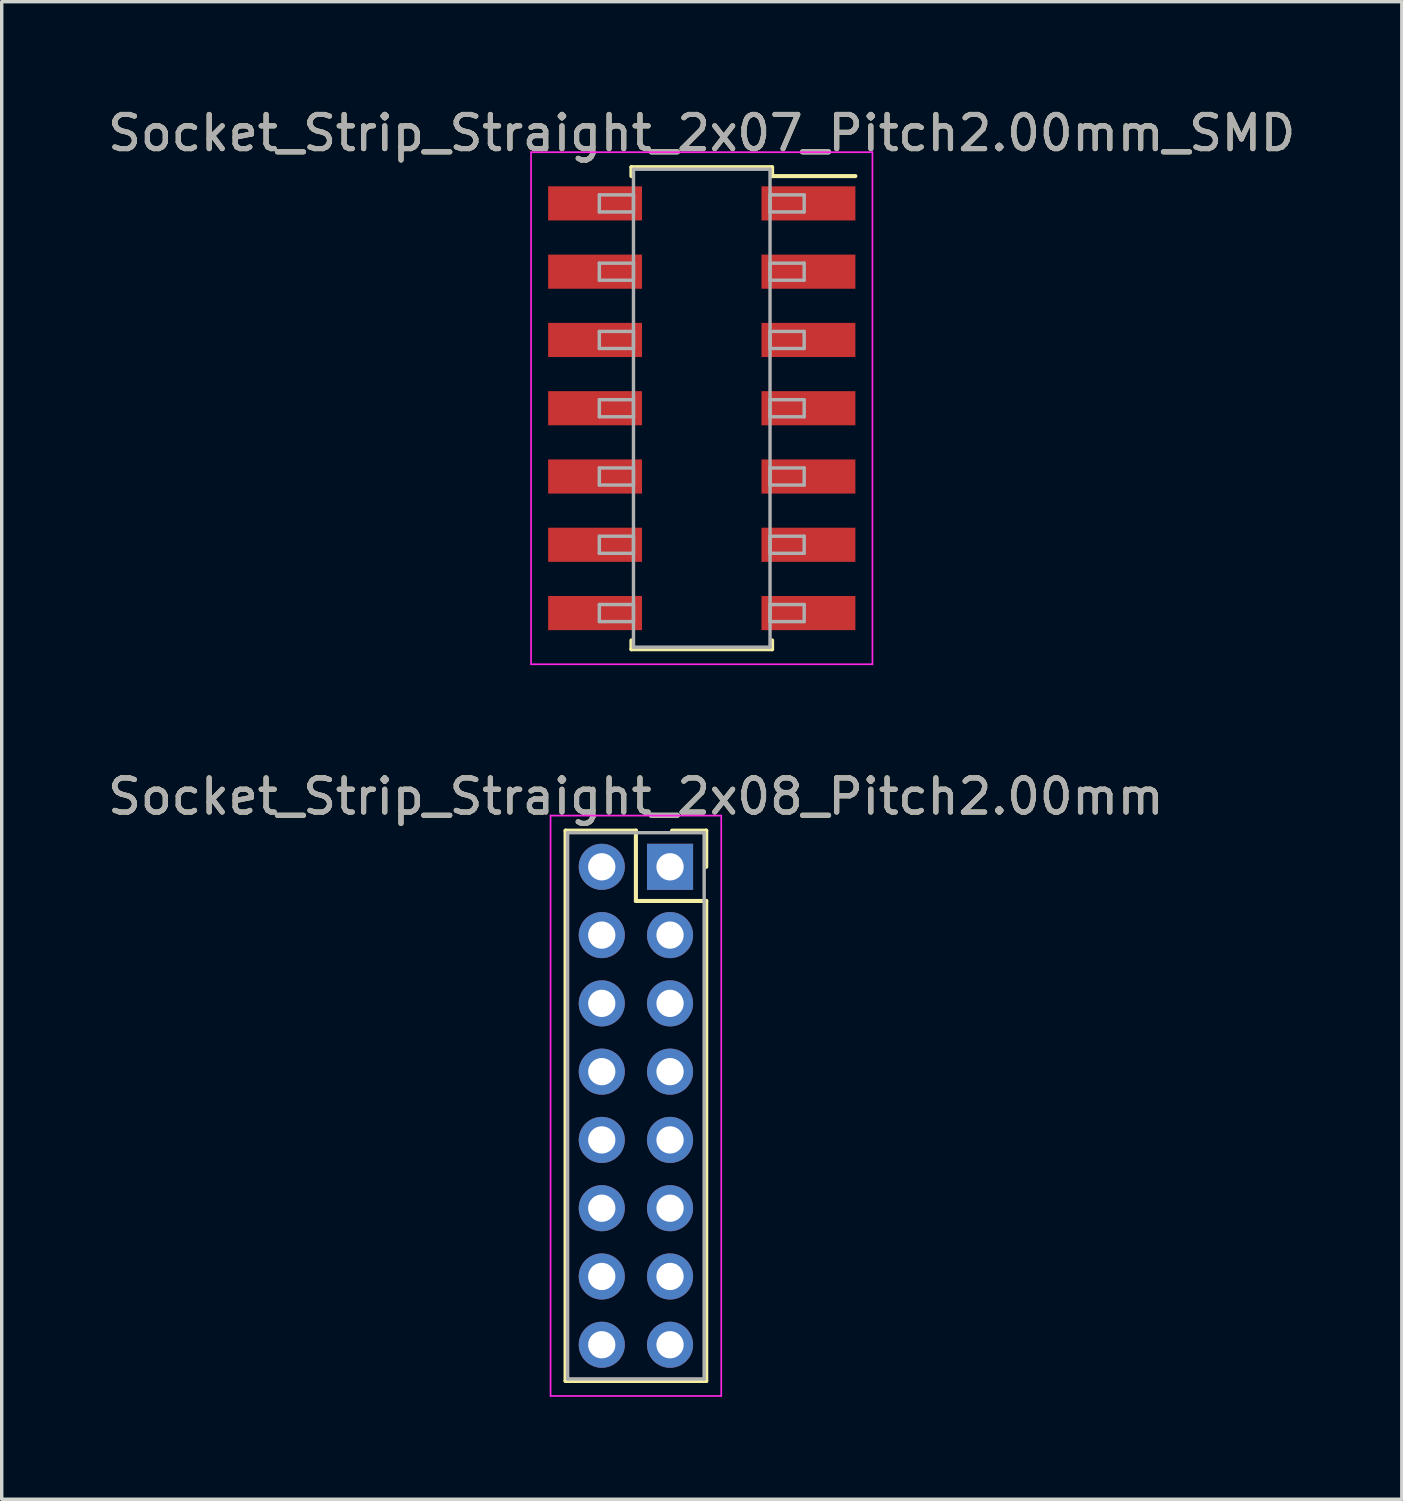
<source format=kicad_pcb>
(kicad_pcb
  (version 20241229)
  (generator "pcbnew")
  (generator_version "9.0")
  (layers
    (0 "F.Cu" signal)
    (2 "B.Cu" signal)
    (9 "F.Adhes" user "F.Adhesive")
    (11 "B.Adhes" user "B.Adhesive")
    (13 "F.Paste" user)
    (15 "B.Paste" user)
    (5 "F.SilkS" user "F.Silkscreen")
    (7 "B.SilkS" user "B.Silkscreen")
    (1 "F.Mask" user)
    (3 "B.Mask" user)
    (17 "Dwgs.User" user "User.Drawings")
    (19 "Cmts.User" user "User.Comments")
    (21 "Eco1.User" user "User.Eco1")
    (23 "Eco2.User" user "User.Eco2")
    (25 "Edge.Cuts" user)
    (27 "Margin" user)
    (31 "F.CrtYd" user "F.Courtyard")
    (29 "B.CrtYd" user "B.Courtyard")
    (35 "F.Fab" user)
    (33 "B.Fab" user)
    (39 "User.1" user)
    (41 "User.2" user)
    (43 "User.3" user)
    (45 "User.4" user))
  (footprint "Socket_Strip_Straight_2x07_Pitch2.00mm_SMD"
    (layer "F.Cu")
    (at 17.506 8.908)
    (property "Reference" "Socket_Strip_Straight_2x07_Pitch2.00mm_SMD" (at 0 -8.06 0) (layer "F.SilkS") (effects (font (size 1 1) (thickness 0.15))))
    (attr smd)
    (fp_line (start -2.06 -7.06) (end 2.06 -7.06) (stroke (width 0.12) (type solid)) (layer "F.SilkS"))
    (fp_line (start -2.06 -6.8) (end -2.06 -7.06) (stroke (width 0.12) (type solid)) (layer "F.SilkS"))
    (fp_line (start -2.06 6.8) (end -2.06 7.06) (stroke (width 0.12) (type solid)) (layer "F.SilkS"))
    (fp_line (start -2.06 7.06) (end 2.06 7.06) (stroke (width 0.12) (type solid)) (layer "F.SilkS"))
    (fp_line (start 2.06 -7.06) (end 2.06 -6.8) (stroke (width 0.12) (type solid)) (layer "F.SilkS"))
    (fp_line (start 2.06 7.06) (end 2.06 6.8) (stroke (width 0.12) (type solid)) (layer "F.SilkS"))
    (fp_line (start 4.5 -6.8) (end 2.06 -6.8) (stroke (width 0.12) (type solid)) (layer "F.SilkS"))
    (fp_line (start -5 -7.5) (end -5 7.5) (stroke (width 0.05) (type solid)) (layer "F.CrtYd"))
    (fp_line (start -5 7.5) (end 5 7.5) (stroke (width 0.05) (type solid)) (layer "F.CrtYd"))
    (fp_line (start 5 -7.5) (end -5 -7.5) (stroke (width 0.05) (type solid)) (layer "F.CrtYd"))
    (fp_line (start 5 7.5) (end 5 -7.5) (stroke (width 0.05) (type solid)) (layer "F.CrtYd"))
    (fp_line (start -3 -6.25) (end -2 -6.25) (stroke (width 0.1) (type solid)) (layer "F.Fab"))
    (fp_line (start -3 -5.75) (end -3 -6.25) (stroke (width 0.1) (type solid)) (layer "F.Fab"))
    (fp_line (start -3 -4.25) (end -2 -4.25) (stroke (width 0.1) (type solid)) (layer "F.Fab"))
    (fp_line (start -3 -3.75) (end -3 -4.25) (stroke (width 0.1) (type solid)) (layer "F.Fab"))
    (fp_line (start -3 -2.25) (end -2 -2.25) (stroke (width 0.1) (type solid)) (layer "F.Fab"))
    (fp_line (start -3 -1.75) (end -3 -2.25) (stroke (width 0.1) (type solid)) (layer "F.Fab"))
    (fp_line (start -3 -0.25) (end -2 -0.25) (stroke (width 0.1) (type solid)) (layer "F.Fab"))
    (fp_line (start -3 0.25) (end -3 -0.25) (stroke (width 0.1) (type solid)) (layer "F.Fab"))
    (fp_line (start -3 1.75) (end -2 1.75) (stroke (width 0.1) (type solid)) (layer "F.Fab"))
    (fp_line (start -3 2.25) (end -3 1.75) (stroke (width 0.1) (type solid)) (layer "F.Fab"))
    (fp_line (start -3 3.75) (end -2 3.75) (stroke (width 0.1) (type solid)) (layer "F.Fab"))
    (fp_line (start -3 4.25) (end -3 3.75) (stroke (width 0.1) (type solid)) (layer "F.Fab"))
    (fp_line (start -3 5.75) (end -2 5.75) (stroke (width 0.1) (type solid)) (layer "F.Fab"))
    (fp_line (start -3 6.25) (end -3 5.75) (stroke (width 0.1) (type solid)) (layer "F.Fab"))
    (fp_line (start -2 -7) (end -2 7) (stroke (width 0.1) (type solid)) (layer "F.Fab"))
    (fp_line (start -2 -6.25) (end -2 -5.75) (stroke (width 0.1) (type solid)) (layer "F.Fab"))
    (fp_line (start -2 -5.75) (end -3 -5.75) (stroke (width 0.1) (type solid)) (layer "F.Fab"))
    (fp_line (start -2 -4.25) (end -2 -3.75) (stroke (width 0.1) (type solid)) (layer "F.Fab"))
    (fp_line (start -2 -3.75) (end -3 -3.75) (stroke (width 0.1) (type solid)) (layer "F.Fab"))
    (fp_line (start -2 -2.25) (end -2 -1.75) (stroke (width 0.1) (type solid)) (layer "F.Fab"))
    (fp_line (start -2 -1.75) (end -3 -1.75) (stroke (width 0.1) (type solid)) (layer "F.Fab"))
    (fp_line (start -2 -0.25) (end -2 0.25) (stroke (width 0.1) (type solid)) (layer "F.Fab"))
    (fp_line (start -2 0.25) (end -3 0.25) (stroke (width 0.1) (type solid)) (layer "F.Fab"))
    (fp_line (start -2 1.75) (end -2 2.25) (stroke (width 0.1) (type solid)) (layer "F.Fab"))
    (fp_line (start -2 2.25) (end -3 2.25) (stroke (width 0.1) (type solid)) (layer "F.Fab"))
    (fp_line (start -2 3.75) (end -2 4.25) (stroke (width 0.1) (type solid)) (layer "F.Fab"))
    (fp_line (start -2 4.25) (end -3 4.25) (stroke (width 0.1) (type solid)) (layer "F.Fab"))
    (fp_line (start -2 5.75) (end -2 6.25) (stroke (width 0.1) (type solid)) (layer "F.Fab"))
    (fp_line (start -2 6.25) (end -3 6.25) (stroke (width 0.1) (type solid)) (layer "F.Fab"))
    (fp_line (start -2 7) (end 2 7) (stroke (width 0.1) (type solid)) (layer "F.Fab"))
    (fp_line (start 2 -7) (end -2 -7) (stroke (width 0.1) (type solid)) (layer "F.Fab"))
    (fp_line (start 2 -6.25) (end 2 -5.75) (stroke (width 0.1) (type solid)) (layer "F.Fab"))
    (fp_line (start 2 -5.75) (end 3 -5.75) (stroke (width 0.1) (type solid)) (layer "F.Fab"))
    (fp_line (start 2 -4.25) (end 2 -3.75) (stroke (width 0.1) (type solid)) (layer "F.Fab"))
    (fp_line (start 2 -3.75) (end 3 -3.75) (stroke (width 0.1) (type solid)) (layer "F.Fab"))
    (fp_line (start 2 -2.25) (end 2 -1.75) (stroke (width 0.1) (type solid)) (layer "F.Fab"))
    (fp_line (start 2 -1.75) (end 3 -1.75) (stroke (width 0.1) (type solid)) (layer "F.Fab"))
    (fp_line (start 2 -0.25) (end 2 0.25) (stroke (width 0.1) (type solid)) (layer "F.Fab"))
    (fp_line (start 2 0.25) (end 3 0.25) (stroke (width 0.1) (type solid)) (layer "F.Fab"))
    (fp_line (start 2 1.75) (end 2 2.25) (stroke (width 0.1) (type solid)) (layer "F.Fab"))
    (fp_line (start 2 2.25) (end 3 2.25) (stroke (width 0.1) (type solid)) (layer "F.Fab"))
    (fp_line (start 2 3.75) (end 2 4.25) (stroke (width 0.1) (type solid)) (layer "F.Fab"))
    (fp_line (start 2 4.25) (end 3 4.25) (stroke (width 0.1) (type solid)) (layer "F.Fab"))
    (fp_line (start 2 5.75) (end 2 6.25) (stroke (width 0.1) (type solid)) (layer "F.Fab"))
    (fp_line (start 2 6.25) (end 3 6.25) (stroke (width 0.1) (type solid)) (layer "F.Fab"))
    (fp_line (start 2 7) (end 2 -7) (stroke (width 0.1) (type solid)) (layer "F.Fab"))
    (fp_line (start 3 -6.25) (end 2 -6.25) (stroke (width 0.1) (type solid)) (layer "F.Fab"))
    (fp_line (start 3 -5.75) (end 3 -6.25) (stroke (width 0.1) (type solid)) (layer "F.Fab"))
    (fp_line (start 3 -4.25) (end 2 -4.25) (stroke (width 0.1) (type solid)) (layer "F.Fab"))
    (fp_line (start 3 -3.75) (end 3 -4.25) (stroke (width 0.1) (type solid)) (layer "F.Fab"))
    (fp_line (start 3 -2.25) (end 2 -2.25) (stroke (width 0.1) (type solid)) (layer "F.Fab"))
    (fp_line (start 3 -1.75) (end 3 -2.25) (stroke (width 0.1) (type solid)) (layer "F.Fab"))
    (fp_line (start 3 -0.25) (end 2 -0.25) (stroke (width 0.1) (type solid)) (layer "F.Fab"))
    (fp_line (start 3 0.25) (end 3 -0.25) (stroke (width 0.1) (type solid)) (layer "F.Fab"))
    (fp_line (start 3 1.75) (end 2 1.75) (stroke (width 0.1) (type solid)) (layer "F.Fab"))
    (fp_line (start 3 2.25) (end 3 1.75) (stroke (width 0.1) (type solid)) (layer "F.Fab"))
    (fp_line (start 3 3.75) (end 2 3.75) (stroke (width 0.1) (type solid)) (layer "F.Fab"))
    (fp_line (start 3 4.25) (end 3 3.75) (stroke (width 0.1) (type solid)) (layer "F.Fab"))
    (fp_line (start 3 5.75) (end 2 5.75) (stroke (width 0.1) (type solid)) (layer "F.Fab"))
    (fp_line (start 3 6.25) (end 3 5.75) (stroke (width 0.1) (type solid)) (layer "F.Fab"))
    (fp_text user "${REFERENCE}" (at 0 -8.06 0) (layer "F.Fab") (effects (font (size 1 1) (thickness 0.15))))
    (pad "1" smd rect (at 3.125 -6) (size 2.75 1) (layers "F.Cu" "F.Mask" "F.Paste"))
    (pad "2" smd rect (at -3.125 -6) (size 2.75 1) (layers "F.Cu" "F.Mask" "F.Paste"))
    (pad "3" smd rect (at 3.125 -4) (size 2.75 1) (layers "F.Cu" "F.Mask" "F.Paste"))
    (pad "4" smd rect (at -3.125 -4) (size 2.75 1) (layers "F.Cu" "F.Mask" "F.Paste"))
    (pad "5" smd rect (at 3.125 -2) (size 2.75 1) (layers "F.Cu" "F.Mask" "F.Paste"))
    (pad "6" smd rect (at -3.125 -2) (size 2.75 1) (layers "F.Cu" "F.Mask" "F.Paste"))
    (pad "7" smd rect (at 3.125 0) (size 2.75 1) (layers "F.Cu" "F.Mask" "F.Paste"))
    (pad "8" smd rect (at -3.125 0) (size 2.75 1) (layers "F.Cu" "F.Mask" "F.Paste"))
    (pad "9" smd rect (at 3.125 2) (size 2.75 1) (layers "F.Cu" "F.Mask" "F.Paste"))
    (pad "10" smd rect (at -3.125 2) (size 2.75 1) (layers "F.Cu" "F.Mask" "F.Paste"))
    (pad "11" smd rect (at 3.125 4) (size 2.75 1) (layers "F.Cu" "F.Mask" "F.Paste"))
    (pad "12" smd rect (at -3.125 4) (size 2.75 1) (layers "F.Cu" "F.Mask" "F.Paste"))
    (pad "13" smd rect (at 3.125 6) (size 2.75 1) (layers "F.Cu" "F.Mask" "F.Paste"))
    (pad "14" smd rect (at -3.125 6) (size 2.75 1) (layers "F.Cu" "F.Mask" "F.Paste")))
  (footprint "Socket_Strip_Straight_2x08_Pitch2.00mm"
    (layer "F.Cu")
    (at 16.577 22.341)
    (property "Reference" "Socket_Strip_Straight_2x08_Pitch2.00mm" (at -1 -2.06 0) (layer "F.SilkS") (effects (font (size 1 1) (thickness 0.15))))
    (attr through_hole)
    (fp_line (start -3.06 -1.06) (end -1 -1.06) (stroke (width 0.12) (type solid)) (layer "F.SilkS"))
    (fp_line (start -3.06 15.06) (end -3.06 -1.06) (stroke (width 0.12) (type solid)) (layer "F.SilkS"))
    (fp_line (start -1 -1.06) (end -1 1) (stroke (width 0.12) (type solid)) (layer "F.SilkS"))
    (fp_line (start -1 1) (end 1.06 1) (stroke (width 0.12) (type solid)) (layer "F.SilkS"))
    (fp_line (start 1.06 -1.06) (end 0.06 -1.06) (stroke (width 0.12) (type solid)) (layer "F.SilkS"))
    (fp_line (start 1.06 0) (end 1.06 -1.06) (stroke (width 0.12) (type solid)) (layer "F.SilkS"))
    (fp_line (start 1.06 1) (end 1.06 15.06) (stroke (width 0.12) (type solid)) (layer "F.SilkS"))
    (fp_line (start 1.06 15.06) (end -3.06 15.06) (stroke (width 0.12) (type solid)) (layer "F.SilkS"))
    (fp_line (start -3.5 -1.5) (end -3.5 15.5) (stroke (width 0.05) (type solid)) (layer "F.CrtYd"))
    (fp_line (start -3.5 15.5) (end 1.5 15.5) (stroke (width 0.05) (type solid)) (layer "F.CrtYd"))
    (fp_line (start 1.5 -1.5) (end -3.5 -1.5) (stroke (width 0.05) (type solid)) (layer "F.CrtYd"))
    (fp_line (start 1.5 15.5) (end 1.5 -1.5) (stroke (width 0.05) (type solid)) (layer "F.CrtYd"))
    (fp_line (start -3 -1) (end -3 15) (stroke (width 0.1) (type solid)) (layer "F.Fab"))
    (fp_line (start -3 15) (end 1 15) (stroke (width 0.1) (type solid)) (layer "F.Fab"))
    (fp_line (start 1 -1) (end -3 -1) (stroke (width 0.1) (type solid)) (layer "F.Fab"))
    (fp_line (start 1 15) (end 1 -1) (stroke (width 0.1) (type solid)) (layer "F.Fab"))
    (fp_text user "${REFERENCE}" (at -1 -2.06 0) (layer "F.Fab") (effects (font (size 1 1) (thickness 0.15))))
    (pad "1" thru_hole rect (at 0 0) (size 1.35 1.35) (drill 0.8) (layers "*.Cu" "*.Mask"))
    (pad "2" thru_hole oval (at -2 0) (size 1.35 1.35) (drill 0.8) (layers "*.Cu" "*.Mask"))
    (pad "3" thru_hole oval (at 0 2) (size 1.35 1.35) (drill 0.8) (layers "*.Cu" "*.Mask"))
    (pad "4" thru_hole oval (at -2 2) (size 1.35 1.35) (drill 0.8) (layers "*.Cu" "*.Mask"))
    (pad "5" thru_hole oval (at 0 4) (size 1.35 1.35) (drill 0.8) (layers "*.Cu" "*.Mask"))
    (pad "6" thru_hole oval (at -2 4) (size 1.35 1.35) (drill 0.8) (layers "*.Cu" "*.Mask"))
    (pad "7" thru_hole oval (at 0 6) (size 1.35 1.35) (drill 0.8) (layers "*.Cu" "*.Mask"))
    (pad "8" thru_hole oval (at -2 6) (size 1.35 1.35) (drill 0.8) (layers "*.Cu" "*.Mask"))
    (pad "9" thru_hole oval (at 0 8) (size 1.35 1.35) (drill 0.8) (layers "*.Cu" "*.Mask"))
    (pad "10" thru_hole oval (at -2 8) (size 1.35 1.35) (drill 0.8) (layers "*.Cu" "*.Mask"))
    (pad "11" thru_hole oval (at 0 10) (size 1.35 1.35) (drill 0.8) (layers "*.Cu" "*.Mask"))
    (pad "12" thru_hole oval (at -2 10) (size 1.35 1.35) (drill 0.8) (layers "*.Cu" "*.Mask"))
    (pad "13" thru_hole oval (at 0 12) (size 1.35 1.35) (drill 0.8) (layers "*.Cu" "*.Mask"))
    (pad "14" thru_hole oval (at -2 12) (size 1.35 1.35) (drill 0.8) (layers "*.Cu" "*.Mask"))
    (pad "15" thru_hole oval (at 0 14) (size 1.35 1.35) (drill 0.8) (layers "*.Cu" "*.Mask"))
    (pad "16" thru_hole oval (at -2 14) (size 1.35 1.35) (drill 0.8) (layers "*.Cu" "*.Mask")))
  (gr_rect
    (start -3 -3)
    (end 38.012 40.867)
    (stroke (width 0.1) (type default))
    (fill no)
    (layer "Edge.Cuts")))
</source>
